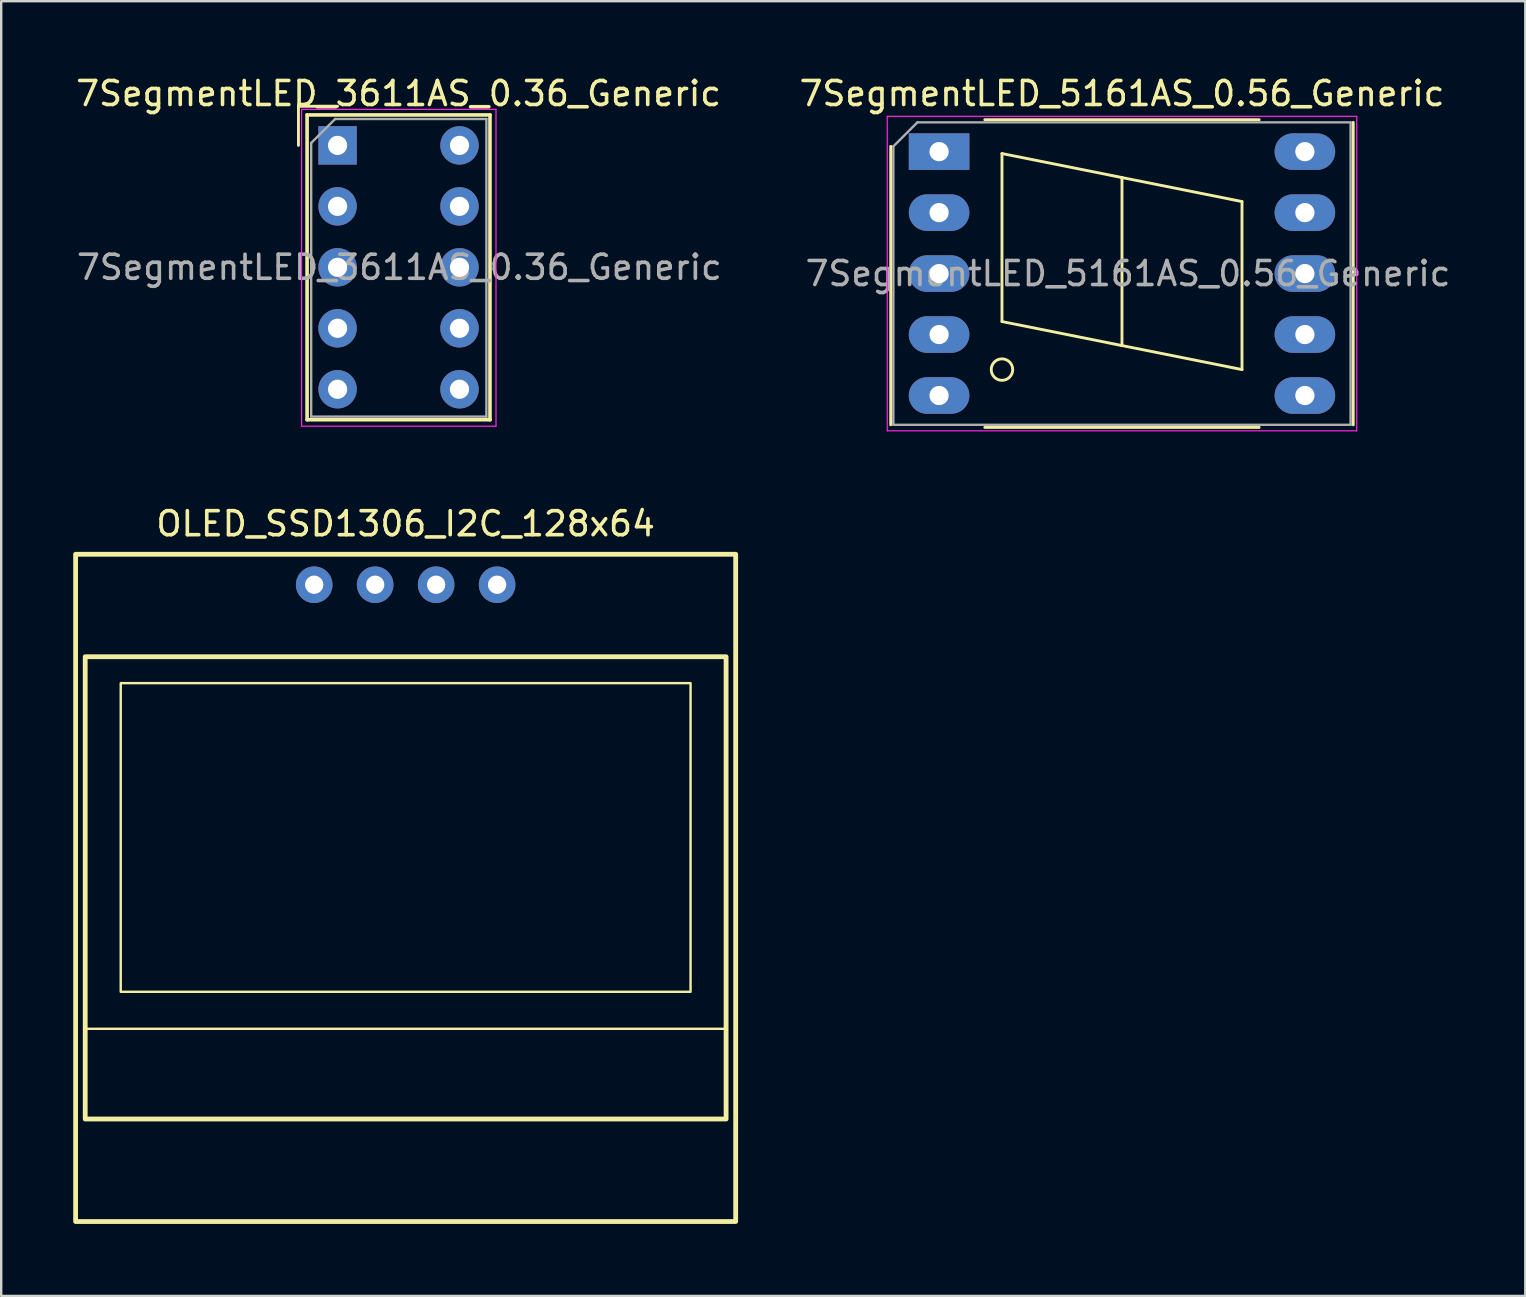
<source format=kicad_pcb>
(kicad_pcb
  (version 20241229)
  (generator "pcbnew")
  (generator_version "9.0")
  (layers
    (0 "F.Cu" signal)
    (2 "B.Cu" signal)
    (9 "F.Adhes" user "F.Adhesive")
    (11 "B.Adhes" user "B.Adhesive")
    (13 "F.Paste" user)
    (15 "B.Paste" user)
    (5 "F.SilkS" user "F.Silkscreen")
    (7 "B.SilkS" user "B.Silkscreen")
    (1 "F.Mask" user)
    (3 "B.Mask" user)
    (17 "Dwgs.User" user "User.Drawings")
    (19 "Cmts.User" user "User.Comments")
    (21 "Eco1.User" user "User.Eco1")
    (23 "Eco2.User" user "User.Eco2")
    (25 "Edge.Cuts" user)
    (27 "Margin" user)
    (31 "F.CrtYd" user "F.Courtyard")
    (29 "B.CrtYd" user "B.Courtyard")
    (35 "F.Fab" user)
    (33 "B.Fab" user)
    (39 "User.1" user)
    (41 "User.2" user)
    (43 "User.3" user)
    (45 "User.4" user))
  (footprint "7SegmentLED_3611AS_0.36_Generic"
    (layer "F.Cu")
    (at 11.014 3.007)
    (property "Reference" "7SegmentLED_3611AS_0.36_Generic" (at 2.54 -2.159 0) (layer "F.SilkS") (effects (font (size 1 1) (thickness 0.15))))
    (attr through_hole)
    (fp_line (start -1.63 -1.63) (end 0 -1.63) (stroke (width 0.12) (type solid)) (layer "F.SilkS"))
    (fp_line (start -1.63 0) (end -1.63 -1.63) (stroke (width 0.12) (type solid)) (layer "F.SilkS"))
    (fp_line (start -1.27 -1.27) (end -1.27 11.43) (stroke (width 0.15) (type solid)) (layer "F.SilkS"))
    (fp_line (start -1.27 11.43) (end 6.35 11.43) (stroke (width 0.15) (type solid)) (layer "F.SilkS"))
    (fp_line (start 6.35 -1.27) (end -1.27 -1.27) (stroke (width 0.15) (type solid)) (layer "F.SilkS"))
    (fp_line (start 6.35 11.43) (end 6.35 -1.27) (stroke (width 0.15) (type solid)) (layer "F.SilkS"))
    (fp_line (start -1.5 -1.5) (end 6.6 -1.5) (stroke (width 0.05) (type solid)) (layer "F.CrtYd"))
    (fp_line (start -1.5 11.7) (end -1.5 -1.5) (stroke (width 0.05) (type solid)) (layer "F.CrtYd"))
    (fp_line (start 6.6 -1.5) (end 6.6 11.7) (stroke (width 0.05) (type solid)) (layer "F.CrtYd"))
    (fp_line (start 6.6 11.7) (end -1.5 11.7) (stroke (width 0.05) (type solid)) (layer "F.CrtYd"))
    (fp_line (start -1.1 -0.1) (end -0.1 -1.1) (stroke (width 0.1) (type solid)) (layer "F.Fab"))
    (fp_line (start -1.1 11.3) (end -1.1 -0.1) (stroke (width 0.1) (type solid)) (layer "F.Fab"))
    (fp_line (start -0.1 -1.1) (end 6.2 -1.1) (stroke (width 0.1) (type solid)) (layer "F.Fab"))
    (fp_line (start 6.2 -1.1) (end 6.2 11.3) (stroke (width 0.1) (type solid)) (layer "F.Fab"))
    (fp_line (start 6.2 11.3) (end -1.1 11.3) (stroke (width 0.1) (type solid)) (layer "F.Fab"))
    (fp_text user "${REFERENCE}" (at 2.573 5.08 0) (layer "F.Fab") (effects (font (size 1 1) (thickness 0.15))))
    (pad "1" thru_hole rect (at 0 0) (size 1.6 1.6) (drill 0.8) (layers "*.Cu" "*.Mask"))
    (pad "2" thru_hole circle (at 0 2.54) (size 1.6 1.6) (drill 0.8) (layers "*.Cu" "*.Mask"))
    (pad "3" thru_hole circle (at 0 5.08) (size 1.6 1.6) (drill 0.8) (layers "*.Cu" "*.Mask"))
    (pad "4" thru_hole circle (at 0 7.62) (size 1.6 1.6) (drill 0.8) (layers "*.Cu" "*.Mask"))
    (pad "5" thru_hole circle (at 0 10.16) (size 1.6 1.6) (drill 0.8) (layers "*.Cu" "*.Mask"))
    (pad "6" thru_hole circle (at 5.08 10.16) (size 1.6 1.6) (drill 0.8) (layers "*.Cu" "*.Mask"))
    (pad "7" thru_hole circle (at 5.08 7.62) (size 1.6 1.6) (drill 0.8) (layers "*.Cu" "*.Mask"))
    (pad "8" thru_hole circle (at 5.08 5.08) (size 1.6 1.6) (drill 0.8) (layers "*.Cu" "*.Mask"))
    (pad "9" thru_hole circle (at 5.08 2.54) (size 1.6 1.6) (drill 0.8) (layers "*.Cu" "*.Mask"))
    (pad "10" thru_hole circle (at 5.08 0) (size 1.6 1.6) (drill 0.8) (layers "*.Cu" "*.Mask")))
  (footprint "7SegmentLED_5161AS_0.56_Generic"
    (layer "F.Cu")
    (at 36.074 3.268)
    (property "Reference" "7SegmentLED_5161AS_0.56_Generic" (at 7.62 -2.42 0) (layer "F.SilkS") (effects (font (size 1 1) (thickness 0.15))))
    (attr through_hole)
    (fp_line (start -2.015 -0.22) (end -2.015 11.38) (stroke (width 0.12) (type solid)) (layer "F.SilkS"))
    (fp_line (start 1.905 -1.33) (end 13.335 -1.33) (stroke (width 0.12) (type solid)) (layer "F.SilkS"))
    (fp_line (start 1.905 11.49) (end 13.335 11.49) (stroke (width 0.12) (type solid)) (layer "F.SilkS"))
    (fp_line (start 2.62 0.08) (end 2.62 7.08) (stroke (width 0.12) (type solid)) (layer "F.SilkS"))
    (fp_line (start 2.62 7.08) (end 7.62 8.08) (stroke (width 0.12) (type solid)) (layer "F.SilkS"))
    (fp_line (start 7.62 1.08) (end 2.62 0.08) (stroke (width 0.12) (type solid)) (layer "F.SilkS"))
    (fp_line (start 7.62 8.08) (end 7.62 1.08) (stroke (width 0.12) (type solid)) (layer "F.SilkS"))
    (fp_line (start 12.62 2.08) (end 7.62 1.08) (stroke (width 0.12) (type solid)) (layer "F.SilkS"))
    (fp_line (start 12.62 2.08) (end 12.62 9.08) (stroke (width 0.12) (type solid)) (layer "F.SilkS"))
    (fp_line (start 12.62 9.08) (end 7.62 8.08) (stroke (width 0.12) (type solid)) (layer "F.SilkS"))
    (fp_line (start 17.255 11.38) (end 17.255 -1.22) (stroke (width 0.12) (type solid)) (layer "F.SilkS"))
    (fp_circle (center 2.62 9.08) (end 3.067 9.08) (stroke (width 0.12) (type solid)) (fill no) (layer "F.SilkS"))
    (fp_line (start -2.16 -1.47) (end -2.16 11.63) (stroke (width 0.05) (type solid)) (layer "F.CrtYd"))
    (fp_line (start -2.16 -1.47) (end 17.4 -1.47) (stroke (width 0.05) (type solid)) (layer "F.CrtYd"))
    (fp_line (start -2.16 11.63) (end 17.4 11.63) (stroke (width 0.05) (type solid)) (layer "F.CrtYd"))
    (fp_line (start 17.4 -1.47) (end 17.4 11.63) (stroke (width 0.05) (type solid)) (layer "F.CrtYd"))
    (fp_line (start -1.905 -0.22) (end -1.905 11.38) (stroke (width 0.1) (type solid)) (layer "F.Fab"))
    (fp_line (start -1.905 11.38) (end 17.145 11.38) (stroke (width 0.1) (type solid)) (layer "F.Fab"))
    (fp_line (start -0.905 -1.22) (end -1.905 -0.22) (stroke (width 0.1) (type solid)) (layer "F.Fab"))
    (fp_line (start -0.905 -1.22) (end 17.145 -1.22) (stroke (width 0.1) (type solid)) (layer "F.Fab"))
    (fp_line (start 17.145 11.38) (end 17.145 -1.22) (stroke (width 0.1) (type solid)) (layer "F.Fab"))
    (fp_text user "${REFERENCE}" (at 7.87 5.08 0) (layer "F.Fab") (effects (font (size 1 1) (thickness 0.15))))
    (pad "1" thru_hole rect (at 0 0 270) (size 1.524 2.524) (drill 0.8) (layers "*.Cu" "*.Mask"))
    (pad "2" thru_hole oval (at 0 2.54 270) (size 1.524 2.524) (drill 0.8) (layers "*.Cu" "*.Mask"))
    (pad "3" thru_hole oval (at 0 5.08 270) (size 1.524 2.524) (drill 0.8) (layers "*.Cu" "*.Mask"))
    (pad "4" thru_hole oval (at 0 7.62 270) (size 1.524 2.524) (drill 0.8) (layers "*.Cu" "*.Mask"))
    (pad "5" thru_hole oval (at 0 10.16 270) (size 1.524 2.524) (drill 0.8) (layers "*.Cu" "*.Mask"))
    (pad "6" thru_hole oval (at 15.24 10.16 270) (size 1.524 2.524) (drill 0.8) (layers "*.Cu" "*.Mask"))
    (pad "7" thru_hole oval (at 15.24 7.62 270) (size 1.524 2.524) (drill 0.8) (layers "*.Cu" "*.Mask"))
    (pad "8" thru_hole oval (at 15.24 5.08 270) (size 1.524 2.524) (drill 0.8) (layers "*.Cu" "*.Mask"))
    (pad "9" thru_hole oval (at 15.24 2.54 270) (size 1.524 2.524) (drill 0.8) (layers "*.Cu" "*.Mask"))
    (pad "10" thru_hole oval (at 15.24 0 270) (size 1.524 2.524) (drill 0.8) (layers "*.Cu" "*.Mask")))
  (footprint "OLED_SSD1306_I2C_128x64"
    (layer "F.Cu")
    (at 13.85 20.041)
    (property "Reference" "OLED_SSD1306_I2C_128x64" (at 0 -1.27 0) (layer "F.SilkS") (effects (font (size 1 1) (thickness 0.15))))
    (attr through_hole)
    (fp_rect (start -13.75 0) (end 13.75 27.8) (stroke (width 0.2) (type solid)) (fill no) (layer "F.SilkS"))
    (fp_rect (start -13.35 4.27) (end 13.35 19.77) (stroke (width 0.1) (type solid)) (fill no) (layer "F.SilkS"))
    (fp_rect (start -13.35 4.27) (end 13.35 23.53) (stroke (width 0.2) (type solid)) (fill no) (layer "F.SilkS"))
    (fp_rect (start -11.87 5.37) (end 11.87 18.23) (stroke (width 0.1) (type solid)) (fill no) (layer "F.SilkS"))
    (pad "1" thru_hole circle (at -3.81 1.27) (size 1.524 1.524) (drill 0.762) (layers "*.Cu" "*.Mask"))
    (pad "2" thru_hole circle (at -1.27 1.27) (size 1.524 1.524) (drill 0.762) (layers "*.Cu" "*.Mask"))
    (pad "3" thru_hole circle (at 1.27 1.27) (size 1.524 1.524) (drill 0.762) (layers "*.Cu" "*.Mask"))
    (pad "4" thru_hole circle (at 3.81 1.27) (size 1.524 1.524) (drill 0.762) (layers "*.Cu" "*.Mask")))
  (gr_rect
    (start -3 -3)
    (end 60.497 50.941)
    (stroke (width 0.1) (type default))
    (fill no)
    (layer "Edge.Cuts")))
</source>
